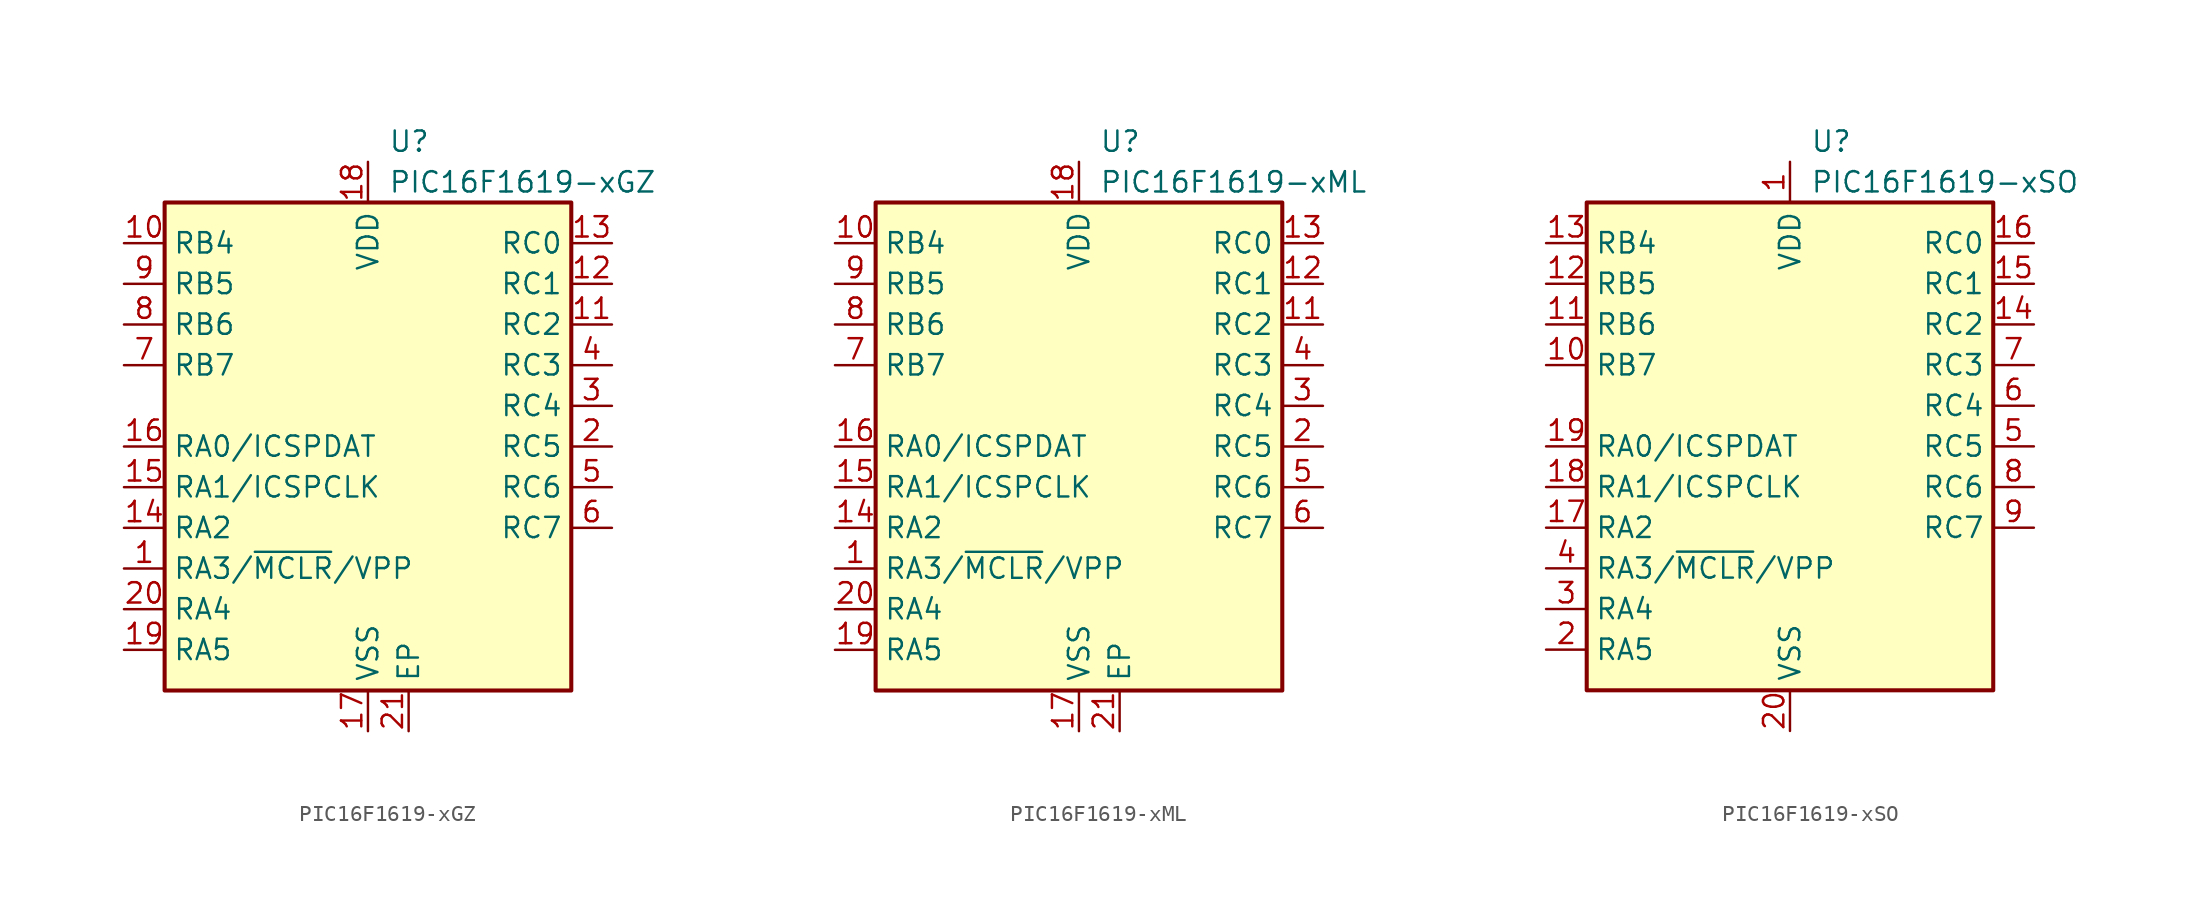
<source format=kicad_sym>
(kicad_symbol_lib
  (version 20201005)
  (generator kicad_symbol_editor)
  (symbol "MCU_Microchip_PIC16:PIC16F1619-xGZ"
    (property "Reference" "U"
      (at 1.27 19.05 0)
      (effects (font (size 1.27 1.27)) (justify left)))
    (property "Value" "PIC16F1619-xGZ"
      (at 1.27 16.51 0)
      (effects (font (size 1.27 1.27)) (justify left)))
    (symbol "PIC16F1619-xGZ_0_0"
      (pin passive line (at 2.54 -17.78 90) (length 2.54) (name "EP" (effects (font (size 1.27 1.27)))) (number "21" (effects (font (size 1.27 1.27))))))
    (symbol "PIC16F1619-xGZ_0_1"
      (rectangle (start -12.7 15.24) (end 12.7 -15.24) (stroke (width 0.254)) (fill (type background))))
    (symbol "PIC16F1619-xGZ_1_1"
      (pin bidirectional line (at -15.24 -7.62 0) (length 2.54) (name "RA3/~MCLR~/VPP" (effects (font (size 1.27 1.27)))) (number "1" (effects (font (size 1.27 1.27)))))
      (pin bidirectional line (at -15.24 12.7 0) (length 2.54) (name "RB4" (effects (font (size 1.27 1.27)))) (number "10" (effects (font (size 1.27 1.27)))))
      (pin bidirectional line (at 15.24 7.62 180) (length 2.54) (name "RC2" (effects (font (size 1.27 1.27)))) (number "11" (effects (font (size 1.27 1.27)))))
      (pin bidirectional line (at 15.24 10.16 180) (length 2.54) (name "RC1" (effects (font (size 1.27 1.27)))) (number "12" (effects (font (size 1.27 1.27)))))
      (pin bidirectional line (at 15.24 12.7 180) (length 2.54) (name "RC0" (effects (font (size 1.27 1.27)))) (number "13" (effects (font (size 1.27 1.27)))))
      (pin bidirectional line (at -15.24 -5.08 0) (length 2.54) (name "RA2" (effects (font (size 1.27 1.27)))) (number "14" (effects (font (size 1.27 1.27)))))
      (pin bidirectional line (at -15.24 -2.54 0) (length 2.54) (name "RA1/ICSPCLK" (effects (font (size 1.27 1.27)))) (number "15" (effects (font (size 1.27 1.27)))))
      (pin bidirectional line (at -15.24 0 0) (length 2.54) (name "RA0/ICSPDAT" (effects (font (size 1.27 1.27)))) (number "16" (effects (font (size 1.27 1.27)))))
      (pin power_in line (at 0 -17.78 90) (length 2.54) (name "VSS" (effects (font (size 1.27 1.27)))) (number "17" (effects (font (size 1.27 1.27)))))
      (pin power_in line (at 0 17.78 270) (length 2.54) (name "VDD" (effects (font (size 1.27 1.27)))) (number "18" (effects (font (size 1.27 1.27)))))
      (pin bidirectional line (at -15.24 -12.7 0) (length 2.54) (name "RA5" (effects (font (size 1.27 1.27)))) (number "19" (effects (font (size 1.27 1.27)))))
      (pin bidirectional line (at 15.24 0 180) (length 2.54) (name "RC5" (effects (font (size 1.27 1.27)))) (number "2" (effects (font (size 1.27 1.27)))))
      (pin bidirectional line (at -15.24 -10.16 0) (length 2.54) (name "RA4" (effects (font (size 1.27 1.27)))) (number "20" (effects (font (size 1.27 1.27)))))
      (pin bidirectional line (at 15.24 2.54 180) (length 2.54) (name "RC4" (effects (font (size 1.27 1.27)))) (number "3" (effects (font (size 1.27 1.27)))))
      (pin bidirectional line (at 15.24 5.08 180) (length 2.54) (name "RC3" (effects (font (size 1.27 1.27)))) (number "4" (effects (font (size 1.27 1.27)))))
      (pin bidirectional line (at 15.24 -2.54 180) (length 2.54) (name "RC6" (effects (font (size 1.27 1.27)))) (number "5" (effects (font (size 1.27 1.27)))))
      (pin bidirectional line (at 15.24 -5.08 180) (length 2.54) (name "RC7" (effects (font (size 1.27 1.27)))) (number "6" (effects (font (size 1.27 1.27)))))
      (pin bidirectional line (at -15.24 5.08 0) (length 2.54) (name "RB7" (effects (font (size 1.27 1.27)))) (number "7" (effects (font (size 1.27 1.27)))))
      (pin bidirectional line (at -15.24 7.62 0) (length 2.54) (name "RB6" (effects (font (size 1.27 1.27)))) (number "8" (effects (font (size 1.27 1.27)))))
      (pin bidirectional line (at -15.24 10.16 0) (length 2.54) (name "RB5" (effects (font (size 1.27 1.27)))) (number "9" (effects (font (size 1.27 1.27)))))))
  (symbol "MCU_Microchip_PIC16:PIC16F1619-xML"
    (property "Reference" "U"
      (at 1.27 19.05 0)
      (effects (font (size 1.27 1.27)) (justify left)))
    (property "Value" "PIC16F1619-xML"
      (at 1.27 16.51 0)
      (effects (font (size 1.27 1.27)) (justify left)))
    (symbol "PIC16F1619-xML_0_0"
      (pin passive line (at 2.54 -17.78 90) (length 2.54) (name "EP" (effects (font (size 1.27 1.27)))) (number "21" (effects (font (size 1.27 1.27))))))
    (symbol "PIC16F1619-xML_0_1"
      (rectangle (start -12.7 15.24) (end 12.7 -15.24) (stroke (width 0.254)) (fill (type background))))
    (symbol "PIC16F1619-xML_1_1"
      (pin bidirectional line (at -15.24 -7.62 0) (length 2.54) (name "RA3/~MCLR~/VPP" (effects (font (size 1.27 1.27)))) (number "1" (effects (font (size 1.27 1.27)))))
      (pin bidirectional line (at -15.24 12.7 0) (length 2.54) (name "RB4" (effects (font (size 1.27 1.27)))) (number "10" (effects (font (size 1.27 1.27)))))
      (pin bidirectional line (at 15.24 7.62 180) (length 2.54) (name "RC2" (effects (font (size 1.27 1.27)))) (number "11" (effects (font (size 1.27 1.27)))))
      (pin bidirectional line (at 15.24 10.16 180) (length 2.54) (name "RC1" (effects (font (size 1.27 1.27)))) (number "12" (effects (font (size 1.27 1.27)))))
      (pin bidirectional line (at 15.24 12.7 180) (length 2.54) (name "RC0" (effects (font (size 1.27 1.27)))) (number "13" (effects (font (size 1.27 1.27)))))
      (pin bidirectional line (at -15.24 -5.08 0) (length 2.54) (name "RA2" (effects (font (size 1.27 1.27)))) (number "14" (effects (font (size 1.27 1.27)))))
      (pin bidirectional line (at -15.24 -2.54 0) (length 2.54) (name "RA1/ICSPCLK" (effects (font (size 1.27 1.27)))) (number "15" (effects (font (size 1.27 1.27)))))
      (pin bidirectional line (at -15.24 0 0) (length 2.54) (name "RA0/ICSPDAT" (effects (font (size 1.27 1.27)))) (number "16" (effects (font (size 1.27 1.27)))))
      (pin power_in line (at 0 -17.78 90) (length 2.54) (name "VSS" (effects (font (size 1.27 1.27)))) (number "17" (effects (font (size 1.27 1.27)))))
      (pin power_in line (at 0 17.78 270) (length 2.54) (name "VDD" (effects (font (size 1.27 1.27)))) (number "18" (effects (font (size 1.27 1.27)))))
      (pin bidirectional line (at -15.24 -12.7 0) (length 2.54) (name "RA5" (effects (font (size 1.27 1.27)))) (number "19" (effects (font (size 1.27 1.27)))))
      (pin bidirectional line (at 15.24 0 180) (length 2.54) (name "RC5" (effects (font (size 1.27 1.27)))) (number "2" (effects (font (size 1.27 1.27)))))
      (pin bidirectional line (at -15.24 -10.16 0) (length 2.54) (name "RA4" (effects (font (size 1.27 1.27)))) (number "20" (effects (font (size 1.27 1.27)))))
      (pin bidirectional line (at 15.24 2.54 180) (length 2.54) (name "RC4" (effects (font (size 1.27 1.27)))) (number "3" (effects (font (size 1.27 1.27)))))
      (pin bidirectional line (at 15.24 5.08 180) (length 2.54) (name "RC3" (effects (font (size 1.27 1.27)))) (number "4" (effects (font (size 1.27 1.27)))))
      (pin bidirectional line (at 15.24 -2.54 180) (length 2.54) (name "RC6" (effects (font (size 1.27 1.27)))) (number "5" (effects (font (size 1.27 1.27)))))
      (pin bidirectional line (at 15.24 -5.08 180) (length 2.54) (name "RC7" (effects (font (size 1.27 1.27)))) (number "6" (effects (font (size 1.27 1.27)))))
      (pin bidirectional line (at -15.24 5.08 0) (length 2.54) (name "RB7" (effects (font (size 1.27 1.27)))) (number "7" (effects (font (size 1.27 1.27)))))
      (pin bidirectional line (at -15.24 7.62 0) (length 2.54) (name "RB6" (effects (font (size 1.27 1.27)))) (number "8" (effects (font (size 1.27 1.27)))))
      (pin bidirectional line (at -15.24 10.16 0) (length 2.54) (name "RB5" (effects (font (size 1.27 1.27)))) (number "9" (effects (font (size 1.27 1.27)))))))
  (symbol "MCU_Microchip_PIC16:PIC16F1619-xSO"
    (property "Reference" "U"
      (at 1.27 19.05 0)
      (effects (font (size 1.27 1.27)) (justify left)))
    (property "Value" "PIC16F1619-xSO"
      (at 1.27 16.51 0)
      (effects (font (size 1.27 1.27)) (justify left)))
    (symbol "PIC16F1619-xSO_0_1"
      (rectangle (start -12.7 15.24) (end 12.7 -15.24) (stroke (width 0.254)) (fill (type background))))
    (symbol "PIC16F1619-xSO_1_1"
      (pin power_in line (at 0 17.78 270) (length 2.54) (name "VDD" (effects (font (size 1.27 1.27)))) (number "1" (effects (font (size 1.27 1.27)))))
      (pin bidirectional line (at -15.24 5.08 0) (length 2.54) (name "RB7" (effects (font (size 1.27 1.27)))) (number "10" (effects (font (size 1.27 1.27)))))
      (pin bidirectional line (at -15.24 7.62 0) (length 2.54) (name "RB6" (effects (font (size 1.27 1.27)))) (number "11" (effects (font (size 1.27 1.27)))))
      (pin bidirectional line (at -15.24 10.16 0) (length 2.54) (name "RB5" (effects (font (size 1.27 1.27)))) (number "12" (effects (font (size 1.27 1.27)))))
      (pin bidirectional line (at -15.24 12.7 0) (length 2.54) (name "RB4" (effects (font (size 1.27 1.27)))) (number "13" (effects (font (size 1.27 1.27)))))
      (pin bidirectional line (at 15.24 7.62 180) (length 2.54) (name "RC2" (effects (font (size 1.27 1.27)))) (number "14" (effects (font (size 1.27 1.27)))))
      (pin bidirectional line (at 15.24 10.16 180) (length 2.54) (name "RC1" (effects (font (size 1.27 1.27)))) (number "15" (effects (font (size 1.27 1.27)))))
      (pin bidirectional line (at 15.24 12.7 180) (length 2.54) (name "RC0" (effects (font (size 1.27 1.27)))) (number "16" (effects (font (size 1.27 1.27)))))
      (pin bidirectional line (at -15.24 -5.08 0) (length 2.54) (name "RA2" (effects (font (size 1.27 1.27)))) (number "17" (effects (font (size 1.27 1.27)))))
      (pin bidirectional line (at -15.24 -2.54 0) (length 2.54) (name "RA1/ICSPCLK" (effects (font (size 1.27 1.27)))) (number "18" (effects (font (size 1.27 1.27)))))
      (pin bidirectional line (at -15.24 0 0) (length 2.54) (name "RA0/ICSPDAT" (effects (font (size 1.27 1.27)))) (number "19" (effects (font (size 1.27 1.27)))))
      (pin bidirectional line (at -15.24 -12.7 0) (length 2.54) (name "RA5" (effects (font (size 1.27 1.27)))) (number "2" (effects (font (size 1.27 1.27)))))
      (pin power_in line (at 0 -17.78 90) (length 2.54) (name "VSS" (effects (font (size 1.27 1.27)))) (number "20" (effects (font (size 1.27 1.27)))))
      (pin bidirectional line (at -15.24 -10.16 0) (length 2.54) (name "RA4" (effects (font (size 1.27 1.27)))) (number "3" (effects (font (size 1.27 1.27)))))
      (pin bidirectional line (at -15.24 -7.62 0) (length 2.54) (name "RA3/~MCLR~/VPP" (effects (font (size 1.27 1.27)))) (number "4" (effects (font (size 1.27 1.27)))))
      (pin bidirectional line (at 15.24 0 180) (length 2.54) (name "RC5" (effects (font (size 1.27 1.27)))) (number "5" (effects (font (size 1.27 1.27)))))
      (pin bidirectional line (at 15.24 2.54 180) (length 2.54) (name "RC4" (effects (font (size 1.27 1.27)))) (number "6" (effects (font (size 1.27 1.27)))))
      (pin bidirectional line (at 15.24 5.08 180) (length 2.54) (name "RC3" (effects (font (size 1.27 1.27)))) (number "7" (effects (font (size 1.27 1.27)))))
      (pin bidirectional line (at 15.24 -2.54 180) (length 2.54) (name "RC6" (effects (font (size 1.27 1.27)))) (number "8" (effects (font (size 1.27 1.27)))))
      (pin bidirectional line (at 15.24 -5.08 180) (length 2.54) (name "RC7" (effects (font (size 1.27 1.27)))) (number "9" (effects (font (size 1.27 1.27))))))))
</source>
